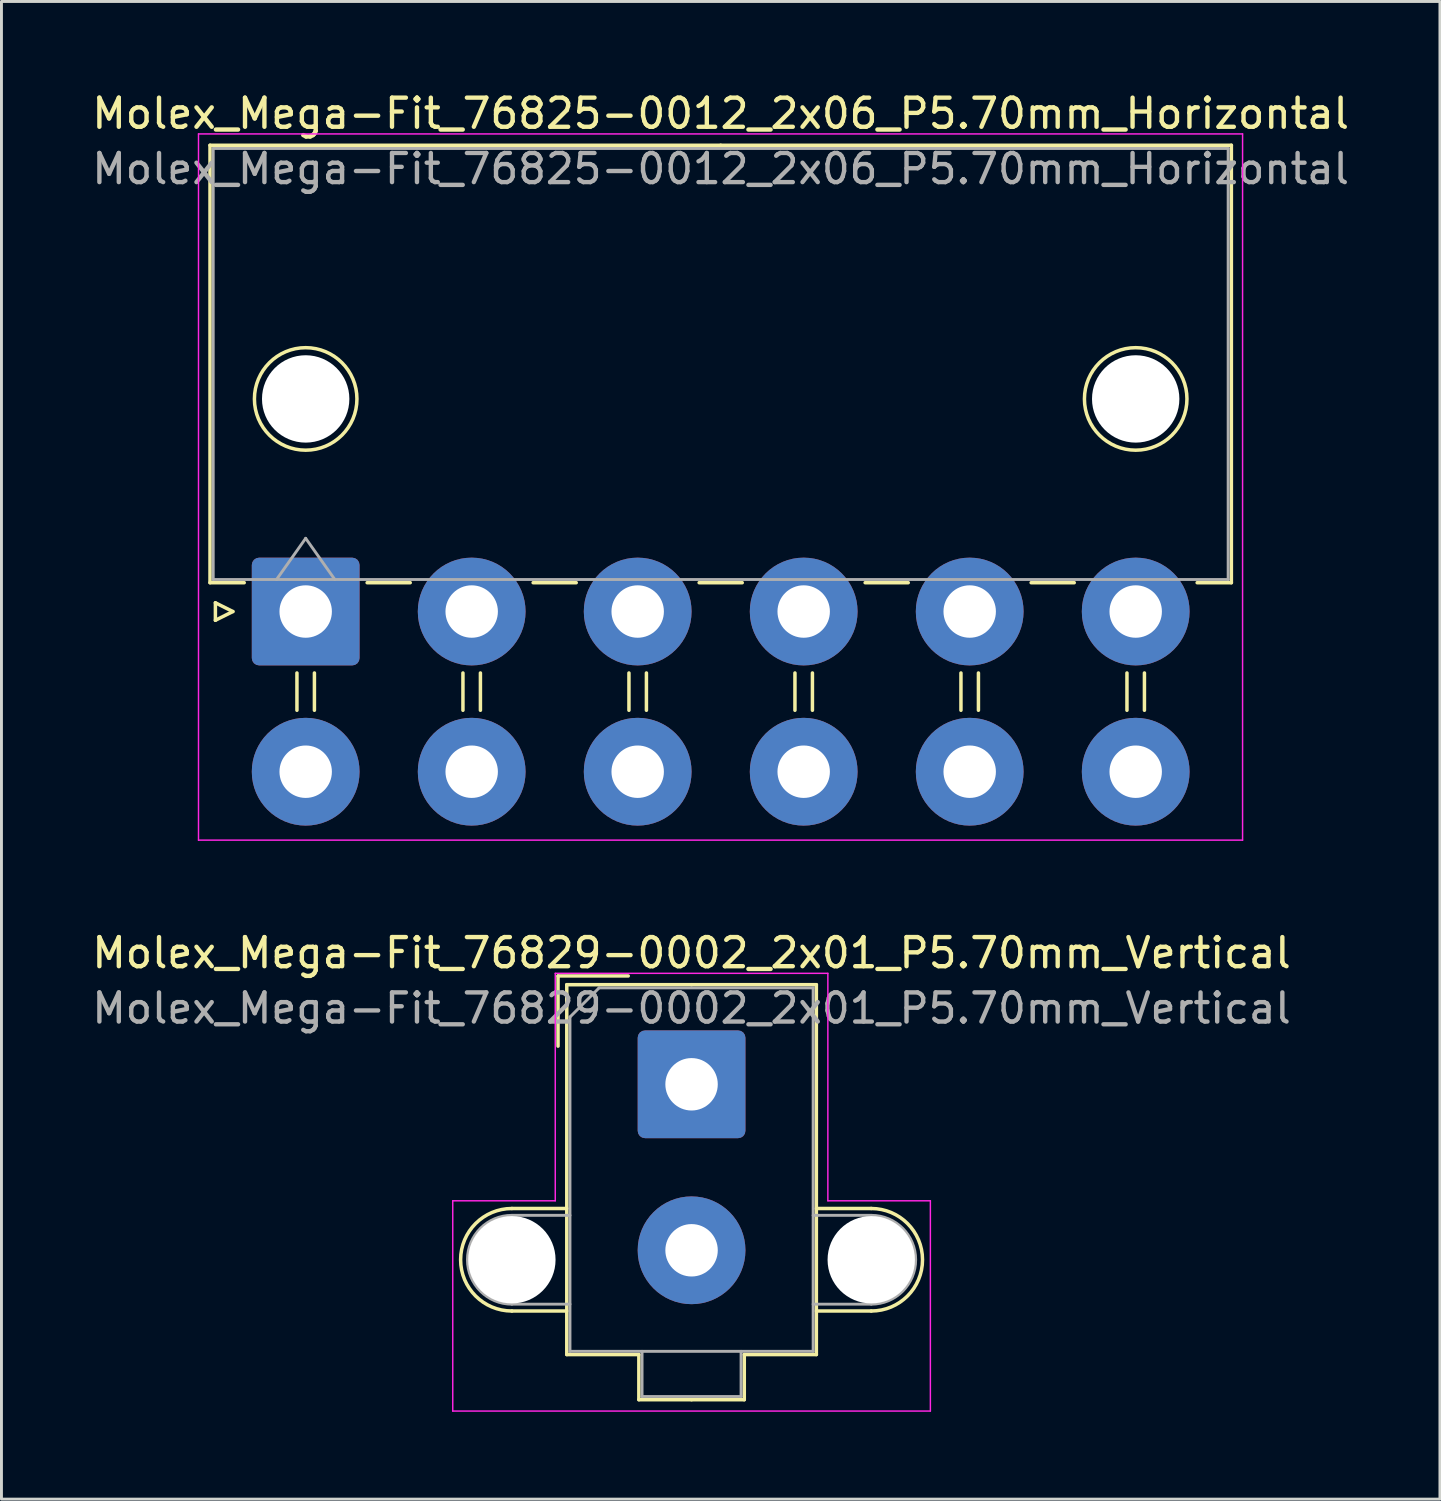
<source format=kicad_pcb>
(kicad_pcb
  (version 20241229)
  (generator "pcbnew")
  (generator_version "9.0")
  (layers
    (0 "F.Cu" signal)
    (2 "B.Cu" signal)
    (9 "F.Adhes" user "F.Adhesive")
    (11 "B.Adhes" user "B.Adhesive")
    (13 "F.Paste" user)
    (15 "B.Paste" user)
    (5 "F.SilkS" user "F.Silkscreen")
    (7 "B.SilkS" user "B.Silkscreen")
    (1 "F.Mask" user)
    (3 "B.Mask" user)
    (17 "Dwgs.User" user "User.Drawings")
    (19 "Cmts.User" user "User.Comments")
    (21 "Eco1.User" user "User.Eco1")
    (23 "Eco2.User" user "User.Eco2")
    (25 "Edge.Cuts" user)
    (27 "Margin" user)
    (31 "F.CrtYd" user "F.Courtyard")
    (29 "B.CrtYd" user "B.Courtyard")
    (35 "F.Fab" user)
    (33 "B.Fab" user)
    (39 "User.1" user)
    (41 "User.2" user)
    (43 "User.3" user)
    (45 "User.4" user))
  (footprint "Molex_Mega-Fit_76829-0002_2x01_P5.70mm_Vertical"
    (layer "F.Cu")
    (at 20.696 34.181)
    (property "Reference" "Molex_Mega-Fit_76829-0002_2x01_P5.70mm_Vertical" (at 0 -4.51 0) (layer "F.SilkS") (effects (font (size 1 1) (thickness 0.15))))
    (attr through_hole)
    (fp_line (start -6.17 4.265) (end -4.285 4.265) (stroke (width 0.12) (type solid)) (layer "F.SilkS"))
    (fp_line (start -6.17 7.785) (end -4.285 7.785) (stroke (width 0.12) (type solid)) (layer "F.SilkS"))
    (fp_line (start -4.585 -3.72) (end -2.175 -3.72) (stroke (width 0.12) (type solid)) (layer "F.SilkS"))
    (fp_line (start -4.585 -1.31) (end -4.585 -3.72) (stroke (width 0.12) (type solid)) (layer "F.SilkS"))
    (fp_line (start -4.285 -3.42) (end -4.285 9.28) (stroke (width 0.12) (type solid)) (layer "F.SilkS"))
    (fp_line (start -4.285 9.28) (end -1.81 9.28) (stroke (width 0.12) (type solid)) (layer "F.SilkS"))
    (fp_line (start -1.81 9.28) (end -1.81 10.83) (stroke (width 0.12) (type solid)) (layer "F.SilkS"))
    (fp_line (start -1.81 10.83) (end 0 10.83) (stroke (width 0.12) (type solid)) (layer "F.SilkS"))
    (fp_line (start 0 -3.42) (end -4.285 -3.42) (stroke (width 0.12) (type solid)) (layer "F.SilkS"))
    (fp_line (start 0 -3.42) (end 4.285 -3.42) (stroke (width 0.12) (type solid)) (layer "F.SilkS"))
    (fp_line (start 1.81 9.28) (end 1.81 10.83) (stroke (width 0.12) (type solid)) (layer "F.SilkS"))
    (fp_line (start 1.81 10.83) (end 0 10.83) (stroke (width 0.12) (type solid)) (layer "F.SilkS"))
    (fp_line (start 4.285 -3.42) (end 4.285 9.28) (stroke (width 0.12) (type solid)) (layer "F.SilkS"))
    (fp_line (start 4.285 9.28) (end 1.81 9.28) (stroke (width 0.12) (type solid)) (layer "F.SilkS"))
    (fp_line (start 6.17 4.265) (end 4.285 4.265) (stroke (width 0.12) (type solid)) (layer "F.SilkS"))
    (fp_line (start 6.17 7.785) (end 4.285 7.785) (stroke (width 0.12) (type solid)) (layer "F.SilkS"))
    (fp_arc (start -6.17 7.785) (mid -7.93 6.025) (end -6.17 4.265) (stroke (width 0.12) (type solid)) (layer "F.SilkS"))
    (fp_arc (start 6.17 4.265) (mid 7.93 6.025) (end 6.17 7.785) (stroke (width 0.12) (type solid)) (layer "F.SilkS"))
    (fp_line (start -8.2 4) (end -8.2 11.22) (stroke (width 0.05) (type solid)) (layer "F.CrtYd"))
    (fp_line (start -8.2 11.22) (end 8.2 11.22) (stroke (width 0.05) (type solid)) (layer "F.CrtYd"))
    (fp_line (start -4.68 -3.81) (end -4.68 4) (stroke (width 0.05) (type solid)) (layer "F.CrtYd"))
    (fp_line (start -4.68 4) (end -8.2 4) (stroke (width 0.05) (type solid)) (layer "F.CrtYd"))
    (fp_line (start 4.68 -3.81) (end -4.68 -3.81) (stroke (width 0.05) (type solid)) (layer "F.CrtYd"))
    (fp_line (start 4.68 4) (end 4.68 -3.81) (stroke (width 0.05) (type solid)) (layer "F.CrtYd"))
    (fp_line (start 8.2 4) (end 4.68 4) (stroke (width 0.05) (type solid)) (layer "F.CrtYd"))
    (fp_line (start 8.2 11.22) (end 8.2 4) (stroke (width 0.05) (type solid)) (layer "F.CrtYd"))
    (fp_line (start -6.17 4.5) (end -4.175 4.5) (stroke (width 0.1) (type solid)) (layer "F.Fab"))
    (fp_line (start -6.17 7.55) (end -4.175 7.55) (stroke (width 0.1) (type solid)) (layer "F.Fab"))
    (fp_line (start -4.175 -2.31) (end -4.175 9.17) (stroke (width 0.1) (type solid)) (layer "F.Fab"))
    (fp_line (start -4.175 9.17) (end 4.175 9.17) (stroke (width 0.1) (type solid)) (layer "F.Fab"))
    (fp_line (start -3.175 -3.31) (end -4.175 -2.31) (stroke (width 0.1) (type solid)) (layer "F.Fab"))
    (fp_line (start -1.7 9.17) (end -1.7 10.72) (stroke (width 0.1) (type solid)) (layer "F.Fab"))
    (fp_line (start -1.7 10.72) (end 1.7 10.72) (stroke (width 0.1) (type solid)) (layer "F.Fab"))
    (fp_line (start 1.7 10.72) (end 1.7 9.17) (stroke (width 0.1) (type solid)) (layer "F.Fab"))
    (fp_line (start 4.175 -3.31) (end -3.175 -3.31) (stroke (width 0.1) (type solid)) (layer "F.Fab"))
    (fp_line (start 4.175 9.17) (end 4.175 -3.31) (stroke (width 0.1) (type solid)) (layer "F.Fab"))
    (fp_line (start 6.17 4.5) (end 4.175 4.5) (stroke (width 0.1) (type solid)) (layer "F.Fab"))
    (fp_line (start 6.17 7.55) (end 4.175 7.55) (stroke (width 0.1) (type solid)) (layer "F.Fab"))
    (fp_arc (start -6.17 7.55) (mid -7.695 6.025) (end -6.17 4.5) (stroke (width 0.1) (type solid)) (layer "F.Fab"))
    (fp_arc (start 6.17 4.5) (mid 7.695 6.025) (end 6.17 7.55) (stroke (width 0.1) (type solid)) (layer "F.Fab"))
    (fp_text user "${REFERENCE}" (at 0 -2.61 0) (layer "F.Fab") (effects (font (size 1 1) (thickness 0.15))))
    (pad "" np_thru_hole circle (at -6.17 6.025) (size 3 3) (drill 3) (layers "*.Cu" "*.Mask"))
    (pad "" np_thru_hole circle (at 6.17 6.025) (size 3 3) (drill 3) (layers "*.Cu" "*.Mask"))
    (pad "1" thru_hole roundrect (at 0 0) (size 3.7 3.7) (drill 1.8) (layers "*.Cu" "*.Mask") (roundrect_rratio 0.068))
    (pad "2" thru_hole circle (at 0 5.7) (size 3.7 3.7) (drill 1.8) (layers "*.Cu" "*.Mask")))
  (footprint "Molex_Mega-Fit_76825-0012_2x06_P5.70mm_Horizontal"
    (layer "F.Cu")
    (at 7.446 17.948)
    (property "Reference" "Molex_Mega-Fit_76825-0012_2x06_P5.70mm_Horizontal" (at 14.25 -17.1 0) (layer "F.SilkS") (effects (font (size 1 1) (thickness 0.15))))
    (attr through_hole)
    (fp_line (start -3.285 -16.01) (end -3.285 -0.99) (stroke (width 0.12) (type solid)) (layer "F.SilkS"))
    (fp_line (start -3.285 -0.99) (end -2.11 -0.99) (stroke (width 0.12) (type solid)) (layer "F.SilkS"))
    (fp_line (start -3.1 -0.3) (end -2.5 0) (stroke (width 0.12) (type solid)) (layer "F.SilkS"))
    (fp_line (start -3.1 0.3) (end -3.1 -0.3) (stroke (width 0.12) (type solid)) (layer "F.SilkS"))
    (fp_line (start -2.5 0) (end -3.1 0.3) (stroke (width 0.12) (type solid)) (layer "F.SilkS"))
    (fp_line (start -0.3 2.11) (end -0.3 3.39) (stroke (width 0.12) (type solid)) (layer "F.SilkS"))
    (fp_line (start 0.3 2.11) (end 0.3 3.39) (stroke (width 0.12) (type solid)) (layer "F.SilkS"))
    (fp_line (start 2.11 -0.99) (end 3.59 -0.99) (stroke (width 0.12) (type solid)) (layer "F.SilkS"))
    (fp_line (start 5.4 2.11) (end 5.4 3.39) (stroke (width 0.12) (type solid)) (layer "F.SilkS"))
    (fp_line (start 6 2.11) (end 6 3.39) (stroke (width 0.12) (type solid)) (layer "F.SilkS"))
    (fp_line (start 7.81 -0.99) (end 9.29 -0.99) (stroke (width 0.12) (type solid)) (layer "F.SilkS"))
    (fp_line (start 11.1 2.11) (end 11.1 3.39) (stroke (width 0.12) (type solid)) (layer "F.SilkS"))
    (fp_line (start 11.7 2.11) (end 11.7 3.39) (stroke (width 0.12) (type solid)) (layer "F.SilkS"))
    (fp_line (start 13.51 -0.99) (end 14.99 -0.99) (stroke (width 0.12) (type solid)) (layer "F.SilkS"))
    (fp_line (start 14.25 -16.01) (end -3.285 -16.01) (stroke (width 0.12) (type solid)) (layer "F.SilkS"))
    (fp_line (start 14.25 -16.01) (end 31.785 -16.01) (stroke (width 0.12) (type solid)) (layer "F.SilkS"))
    (fp_line (start 16.8 2.11) (end 16.8 3.39) (stroke (width 0.12) (type solid)) (layer "F.SilkS"))
    (fp_line (start 17.4 2.11) (end 17.4 3.39) (stroke (width 0.12) (type solid)) (layer "F.SilkS"))
    (fp_line (start 19.21 -0.99) (end 20.69 -0.99) (stroke (width 0.12) (type solid)) (layer "F.SilkS"))
    (fp_line (start 22.5 2.11) (end 22.5 3.39) (stroke (width 0.12) (type solid)) (layer "F.SilkS"))
    (fp_line (start 23.1 2.11) (end 23.1 3.39) (stroke (width 0.12) (type solid)) (layer "F.SilkS"))
    (fp_line (start 24.91 -0.99) (end 26.39 -0.99) (stroke (width 0.12) (type solid)) (layer "F.SilkS"))
    (fp_line (start 28.2 2.11) (end 28.2 3.39) (stroke (width 0.12) (type solid)) (layer "F.SilkS"))
    (fp_line (start 28.8 2.11) (end 28.8 3.39) (stroke (width 0.12) (type solid)) (layer "F.SilkS"))
    (fp_line (start 31.785 -16.01) (end 31.785 -0.99) (stroke (width 0.12) (type solid)) (layer "F.SilkS"))
    (fp_line (start 31.785 -0.99) (end 30.61 -0.99) (stroke (width 0.12) (type solid)) (layer "F.SilkS"))
    (fp_circle (center 0 -7.3) (end 1.76 -7.3) (stroke (width 0.12) (type solid)) (fill no) (layer "F.SilkS"))
    (fp_circle (center 28.5 -7.3) (end 30.26 -7.3) (stroke (width 0.12) (type solid)) (fill no) (layer "F.SilkS"))
    (fp_line (start -3.68 -16.4) (end -3.68 7.85) (stroke (width 0.05) (type solid)) (layer "F.CrtYd"))
    (fp_line (start -3.68 7.85) (end 32.17 7.85) (stroke (width 0.05) (type solid)) (layer "F.CrtYd"))
    (fp_line (start 32.17 -16.4) (end -3.68 -16.4) (stroke (width 0.05) (type solid)) (layer "F.CrtYd"))
    (fp_line (start 32.17 7.85) (end 32.17 -16.4) (stroke (width 0.05) (type solid)) (layer "F.CrtYd"))
    (fp_line (start -3.175 -15.9) (end -3.175 -1.1) (stroke (width 0.1) (type solid)) (layer "F.Fab"))
    (fp_line (start -3.175 -1.1) (end 31.675 -1.1) (stroke (width 0.1) (type solid)) (layer "F.Fab"))
    (fp_line (start -1 -1.1) (end 0 -2.514) (stroke (width 0.1) (type solid)) (layer "F.Fab"))
    (fp_line (start 0 -2.514) (end 1 -1.1) (stroke (width 0.1) (type solid)) (layer "F.Fab"))
    (fp_line (start 31.675 -15.9) (end -3.175 -15.9) (stroke (width 0.1) (type solid)) (layer "F.Fab"))
    (fp_line (start 31.675 -1.1) (end 31.675 -15.9) (stroke (width 0.1) (type solid)) (layer "F.Fab"))
    (fp_text user "${REFERENCE}" (at 14.25 -15.2 0) (layer "F.Fab") (effects (font (size 1 1) (thickness 0.15))))
    (pad "" np_thru_hole circle (at 0 -7.3) (size 3 3) (drill 3) (layers "*.Cu" "*.Mask"))
    (pad "" np_thru_hole circle (at 28.5 -7.3) (size 3 3) (drill 3) (layers "*.Cu" "*.Mask"))
    (pad "1" thru_hole roundrect (at 0 0) (size 3.7 3.7) (drill 1.8) (layers "*.Cu" "*.Mask") (roundrect_rratio 0.068))
    (pad "2" thru_hole circle (at 5.7 0) (size 3.7 3.7) (drill 1.8) (layers "*.Cu" "*.Mask"))
    (pad "3" thru_hole circle (at 11.4 0) (size 3.7 3.7) (drill 1.8) (layers "*.Cu" "*.Mask"))
    (pad "4" thru_hole circle (at 17.1 0) (size 3.7 3.7) (drill 1.8) (layers "*.Cu" "*.Mask"))
    (pad "5" thru_hole circle (at 22.8 0) (size 3.7 3.7) (drill 1.8) (layers "*.Cu" "*.Mask"))
    (pad "6" thru_hole circle (at 28.5 0) (size 3.7 3.7) (drill 1.8) (layers "*.Cu" "*.Mask"))
    (pad "7" thru_hole circle (at 0 5.5) (size 3.7 3.7) (drill 1.8) (layers "*.Cu" "*.Mask"))
    (pad "8" thru_hole circle (at 5.7 5.5) (size 3.7 3.7) (drill 1.8) (layers "*.Cu" "*.Mask"))
    (pad "9" thru_hole circle (at 11.4 5.5) (size 3.7 3.7) (drill 1.8) (layers "*.Cu" "*.Mask"))
    (pad "10" thru_hole circle (at 17.1 5.5) (size 3.7 3.7) (drill 1.8) (layers "*.Cu" "*.Mask"))
    (pad "11" thru_hole circle (at 22.8 5.5) (size 3.7 3.7) (drill 1.8) (layers "*.Cu" "*.Mask"))
    (pad "12" thru_hole circle (at 28.5 5.5) (size 3.7 3.7) (drill 1.8) (layers "*.Cu" "*.Mask")))
  (gr_rect
    (start -3 -3)
    (end 46.393 48.426)
    (stroke (width 0.1) (type default))
    (fill no)
    (layer "Edge.Cuts")))
</source>
